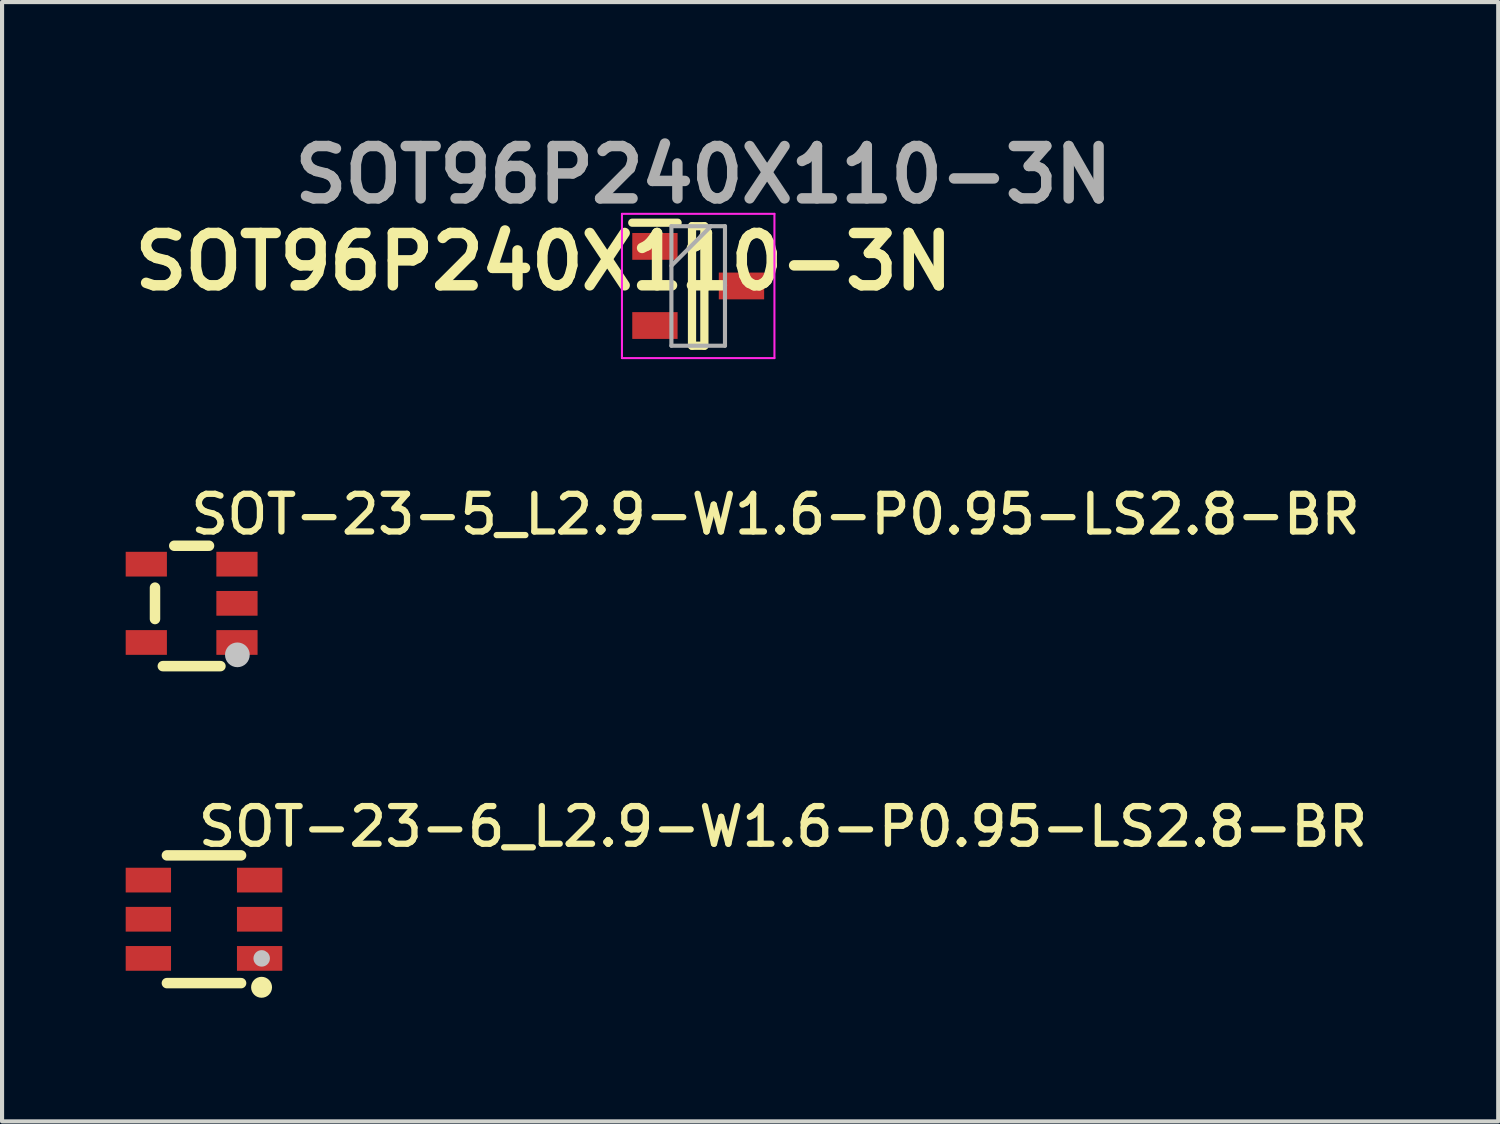
<source format=kicad_pcb>
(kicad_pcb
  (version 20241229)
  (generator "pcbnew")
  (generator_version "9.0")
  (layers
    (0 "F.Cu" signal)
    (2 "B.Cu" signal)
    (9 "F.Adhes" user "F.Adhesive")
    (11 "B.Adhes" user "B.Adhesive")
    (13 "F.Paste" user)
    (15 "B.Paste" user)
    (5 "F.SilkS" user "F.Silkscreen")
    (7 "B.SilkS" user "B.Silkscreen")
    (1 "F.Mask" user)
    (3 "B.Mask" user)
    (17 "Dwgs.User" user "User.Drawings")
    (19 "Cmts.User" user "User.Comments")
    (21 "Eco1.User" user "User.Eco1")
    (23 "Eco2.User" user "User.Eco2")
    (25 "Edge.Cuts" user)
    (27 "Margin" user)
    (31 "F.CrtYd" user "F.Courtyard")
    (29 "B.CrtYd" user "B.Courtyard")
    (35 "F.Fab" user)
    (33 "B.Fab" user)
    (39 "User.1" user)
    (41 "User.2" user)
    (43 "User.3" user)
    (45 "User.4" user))
  (footprint "SOT-23-6_L2.9-W1.6-P0.95-LS2.8-BR"
    (layer "F.Cu")
    (at 1.9 19.256)
    (property "Reference" "SOT-23-6_L2.9-W1.6-P0.95-LS2.8-BR" (at -0.216 -2.782 0) (layer "F.SilkS") (effects (font (size 0.914 0.914) (thickness 0.152)) (justify left top)))
    (fp_line (start -0.9 -1.55) (end 0.9 -1.55) (stroke (width 0.254) (type default)) (layer "F.SilkS"))
    (fp_line (start -0.9 1.55) (end 0.9 1.55) (stroke (width 0.254) (type default)) (layer "F.SilkS"))
    (fp_circle (center 1.397 1.651) (end 1.524 1.651) (stroke (width 0.254) (type default)) (fill no) (layer "F.SilkS"))
    (fp_circle (center 1.4 0.95) (end 1.5 0.95) (stroke (width 0.2) (type default)) (fill no) (layer "Dwgs.User"))
    (fp_circle (center 1.4 1.45) (end 1.43 1.45) (stroke (width 0.06) (type default)) (fill no) (layer "User.5"))
    (pad "1" smd rect (at 1.35 0.95) (size 1.1 0.6) (layers "F.Cu" "F.Mask" "F.Paste"))
    (pad "2" smd rect (at 1.35 0) (size 1.1 0.6) (layers "F.Cu" "F.Mask" "F.Paste"))
    (pad "3" smd rect (at 1.35 -0.95) (size 1.1 0.6) (layers "F.Cu" "F.Mask" "F.Paste"))
    (pad "4" smd rect (at -1.35 -0.95) (size 1.1 0.6) (layers "F.Cu" "F.Mask" "F.Paste"))
    (pad "5" smd rect (at -1.35 0) (size 1.1 0.6) (layers "F.Cu" "F.Mask" "F.Paste"))
    (pad "6" smd rect (at -1.35 0.95) (size 1.1 0.6) (layers "F.Cu" "F.Mask" "F.Paste"))
    (zone (net_name "") (layer "User.3") (hatch edge 0.5) (priority 100) (connect_pads yes) (min_thickness 0) (filled_areas_thickness no) (fill yes) (polygon (pts (xy 1.1 20.706) (xy 1.1 17.806) (xy 2.7 17.806) (xy 2.7 20.706))) (filled_polygon (layer "User.3") (island) (pts (xy 1.1 20.706) (xy 1.1 17.806) (xy 2.7 17.806) (xy 2.7 20.706))))
    (zone (net_name "") (layer "User.4") (hatch edge 0.5) (priority 100) (connect_pads) (min_thickness 0) (filled_areas_thickness no) (keepout (tracks allowed) (vias allowed) (pads allowed) (copperpour not_allowed) (footprints allowed)) (placement (enabled no)) (fill) (polygon (pts (xy 0.965 18.521) (xy 0.965 18.091) (xy 1.11 18.091) (xy 1.11 18.521))))
    (zone (net_name "") (layer "User.4") (hatch edge 0.5) (priority 100) (connect_pads) (min_thickness 0) (filled_areas_thickness no) (keepout (tracks allowed) (vias allowed) (pads allowed) (copperpour not_allowed) (footprints allowed)) (placement (enabled no)) (fill) (polygon (pts (xy 0.965 19.471) (xy 0.965 19.041) (xy 1.11 19.041) (xy 1.11 19.471))))
    (zone (net_name "") (layer "User.4") (hatch edge 0.5) (priority 100) (connect_pads) (min_thickness 0) (filled_areas_thickness no) (keepout (tracks allowed) (vias allowed) (pads allowed) (copperpour not_allowed) (footprints allowed)) (placement (enabled no)) (fill) (polygon (pts (xy 0.965 20.421) (xy 0.965 19.991) (xy 1.11 19.991) (xy 1.11 20.421))))
    (zone (net_name "") (layer "User.4") (hatch edge 0.5) (priority 100) (connect_pads yes) (min_thickness 0) (filled_areas_thickness no) (fill yes) (polygon (pts (xy 0.975 18.521) (xy 0.975 18.091) (xy 0.5 18.091) (xy 0.5 18.521))) (filled_polygon (layer "User.4") (island) (pts (xy 0.975 18.521) (xy 0.975 18.091) (xy 0.5 18.091) (xy 0.5 18.521))))
    (zone (net_name "") (layer "User.4") (hatch edge 0.5) (priority 100) (connect_pads yes) (min_thickness 0) (filled_areas_thickness no) (fill yes) (polygon (pts (xy 0.975 19.471) (xy 0.975 19.041) (xy 0.5 19.041) (xy 0.5 19.471))) (filled_polygon (layer "User.4") (island) (pts (xy 0.975 19.471) (xy 0.975 19.041) (xy 0.5 19.041) (xy 0.5 19.471))))
    (zone (net_name "") (layer "User.4") (hatch edge 0.5) (priority 100) (connect_pads yes) (min_thickness 0) (filled_areas_thickness no) (fill yes) (polygon (pts (xy 0.975 20.421) (xy 0.975 19.991) (xy 0.5 19.991) (xy 0.5 20.421))) (filled_polygon (layer "User.4") (island) (pts (xy 0.975 20.421) (xy 0.975 19.991) (xy 0.5 19.991) (xy 0.5 20.421))))
    (zone (net_name "") (layer "User.4") (hatch edge 0.5) (priority 100) (connect_pads yes) (min_thickness 0) (filled_areas_thickness no) (fill yes) (polygon (pts (xy 2.825 18.521) (xy 2.825 18.091) (xy 3.3 18.091) (xy 3.3 18.521))) (filled_polygon (layer "User.4") (island) (pts (xy 2.825 18.521) (xy 2.825 18.091) (xy 3.3 18.091) (xy 3.3 18.521))))
    (zone (net_name "") (layer "User.4") (hatch edge 0.5) (priority 100) (connect_pads yes) (min_thickness 0) (filled_areas_thickness no) (fill yes) (polygon (pts (xy 2.825 19.471) (xy 2.825 19.041) (xy 3.3 19.041) (xy 3.3 19.471))) (filled_polygon (layer "User.4") (island) (pts (xy 2.825 19.471) (xy 2.825 19.041) (xy 3.3 19.041) (xy 3.3 19.471))))
    (zone (net_name "") (layer "User.4") (hatch edge 0.5) (priority 100) (connect_pads yes) (min_thickness 0) (filled_areas_thickness no) (fill yes) (polygon (pts (xy 2.825 20.421) (xy 2.825 19.991) (xy 3.3 19.991) (xy 3.3 20.421))) (filled_polygon (layer "User.4") (island) (pts (xy 2.825 20.421) (xy 2.825 19.991) (xy 3.3 19.991) (xy 3.3 20.421))))
    (zone (net_name "") (layer "User.4") (hatch edge 0.5) (priority 100) (connect_pads) (min_thickness 0) (filled_areas_thickness no) (keepout (tracks allowed) (vias allowed) (pads allowed) (copperpour not_allowed) (footprints allowed)) (placement (enabled no)) (fill) (polygon (pts (xy 2.835 18.091) (xy 2.835 18.521) (xy 2.69 18.521) (xy 2.69 18.091))))
    (zone (net_name "") (layer "User.4") (hatch edge 0.5) (priority 100) (connect_pads) (min_thickness 0) (filled_areas_thickness no) (keepout (tracks allowed) (vias allowed) (pads allowed) (copperpour not_allowed) (footprints allowed)) (placement (enabled no)) (fill) (polygon (pts (xy 2.835 19.041) (xy 2.835 19.471) (xy 2.69 19.471) (xy 2.69 19.041))))
    (zone (net_name "") (layer "User.4") (hatch edge 0.5) (priority 100) (connect_pads) (min_thickness 0) (filled_areas_thickness no) (keepout (tracks allowed) (vias allowed) (pads allowed) (copperpour not_allowed) (footprints allowed)) (placement (enabled no)) (fill) (polygon (pts (xy 2.835 19.991) (xy 2.835 20.421) (xy 2.69 20.421) (xy 2.69 19.991)))))
  (footprint "SOT-23-5_L2.9-W1.6-P0.95-LS2.8-BR"
    (layer "F.Cu")
    (at 1.6 11.59)
    (property "Reference" "SOT-23-5_L2.9-W1.6-P0.95-LS2.8-BR" (at -0.097 -2.693 0) (layer "F.SilkS") (effects (font (size 0.914 0.914) (thickness 0.152)) (justify left top)))
    (fp_line (start -0.889 0.381) (end -0.889 -0.381) (stroke (width 0.254) (type default)) (layer "F.SilkS"))
    (fp_line (start -0.699 1.524) (end 0.699 1.524) (stroke (width 0.254) (type default)) (layer "F.SilkS"))
    (fp_line (start -0.422 -1.397) (end 0.422 -1.397) (stroke (width 0.254) (type default)) (layer "F.SilkS"))
    (fp_circle (center 1.11 1.25) (end 1.26 1.25) (stroke (width 0.3) (type default)) (fill no) (layer "Dwgs.User"))
    (fp_circle (center 1.4 1.45) (end 1.43 1.45) (stroke (width 0.06) (type default)) (fill no) (layer "User.5"))
    (pad "1" smd rect (at 1.1 0.95 90) (size 0.6 1) (layers "F.Cu" "F.Mask" "F.Paste"))
    (pad "2" smd rect (at 1.1 0.0001 90) (size 0.6 1) (layers "F.Cu" "F.Mask" "F.Paste"))
    (pad "3" smd rect (at 1.1 -0.95 90) (size 0.6 1) (layers "F.Cu" "F.Mask" "F.Paste"))
    (pad "4" smd rect (at -1.1 -0.95 90) (size 0.6 1) (layers "F.Cu" "F.Mask" "F.Paste"))
    (pad "5" smd rect (at -1.1 0.95 90) (size 0.6 1) (layers "F.Cu" "F.Mask" "F.Paste"))
    (zone (net_name "") (layer "User.3") (hatch edge 0.5) (priority 100) (connect_pads yes) (min_thickness 0) (filled_areas_thickness no) (fill yes) (polygon (pts (xy 2.4 13.04) (xy 0.8 13.04) (xy 0.8 10.14) (xy 2.4 10.14))) (filled_polygon (layer "User.3") (island) (pts (xy 2.4 13.04) (xy 0.8 13.04) (xy 0.8 10.14) (xy 2.4 10.14))))
    (zone (net_name "") (layer "User.4") (hatch edge 0.5) (priority 100) (connect_pads yes) (min_thickness 0) (filled_areas_thickness no) (fill yes) (polygon (pts (xy 0.65 10.84) (xy 0.2 10.84) (xy 0.2 10.44) (xy 0.65 10.44))) (filled_polygon (layer "User.4") (island) (pts (xy 0.65 10.84) (xy 0.2 10.84) (xy 0.2 10.44) (xy 0.65 10.44))))
    (zone (net_name "") (layer "User.4") (hatch edge 0.5) (priority 100) (connect_pads yes) (min_thickness 0) (filled_areas_thickness no) (fill yes) (polygon (pts (xy 0.65 12.74) (xy 0.2 12.74) (xy 0.2 12.34) (xy 0.65 12.34))) (filled_polygon (layer "User.4") (island) (pts (xy 0.65 12.74) (xy 0.2 12.74) (xy 0.2 12.34) (xy 0.65 12.34))))
    (zone (net_name "") (layer "User.4") (hatch edge 0.5) (priority 100) (connect_pads) (min_thickness 0) (filled_areas_thickness no) (keepout (tracks allowed) (vias allowed) (pads allowed) (copperpour not_allowed) (footprints allowed)) (placement (enabled no)) (fill) (polygon (pts (xy 0.81 10.84) (xy 0.64 10.84) (xy 0.64 10.44) (xy 0.81 10.44))))
    (zone (net_name "") (layer "User.4") (hatch edge 0.5) (priority 100) (connect_pads) (min_thickness 0) (filled_areas_thickness no) (keepout (tracks allowed) (vias allowed) (pads allowed) (copperpour not_allowed) (footprints allowed)) (placement (enabled no)) (fill) (polygon (pts (xy 0.81 12.74) (xy 0.64 12.74) (xy 0.64 12.34) (xy 0.81 12.34))))
    (zone (net_name "") (layer "User.4") (hatch edge 0.5) (priority 100) (connect_pads) (min_thickness 0) (filled_areas_thickness no) (keepout (tracks allowed) (vias allowed) (pads allowed) (copperpour not_allowed) (footprints allowed)) (placement (enabled no)) (fill) (polygon (pts (xy 2.56 10.84) (xy 2.39 10.84) (xy 2.39 10.44) (xy 2.56 10.44))))
    (zone (net_name "") (layer "User.4") (hatch edge 0.5) (priority 100) (connect_pads) (min_thickness 0) (filled_areas_thickness no) (keepout (tracks allowed) (vias allowed) (pads allowed) (copperpour not_allowed) (footprints allowed)) (placement (enabled no)) (fill) (polygon (pts (xy 2.56 11.79) (xy 2.39 11.79) (xy 2.39 11.39) (xy 2.56 11.39))))
    (zone (net_name "") (layer "User.4") (hatch edge 0.5) (priority 100) (connect_pads) (min_thickness 0) (filled_areas_thickness no) (keepout (tracks allowed) (vias allowed) (pads allowed) (copperpour not_allowed) (footprints allowed)) (placement (enabled no)) (fill) (polygon (pts (xy 2.56 12.74) (xy 2.39 12.74) (xy 2.39 12.34) (xy 2.56 12.34))))
    (zone (net_name "") (layer "User.4") (hatch edge 0.5) (priority 100) (connect_pads yes) (min_thickness 0) (filled_areas_thickness no) (fill yes) (polygon (pts (xy 3 11.79) (xy 2.55 11.79) (xy 2.55 11.39) (xy 3 11.39))) (filled_polygon (layer "User.4") (island) (pts (xy 3 11.79) (xy 2.55 11.79) (xy 2.55 11.39) (xy 3 11.39))))
    (zone (net_name "") (layer "User.4") (hatch edge 0.5) (priority 100) (connect_pads yes) (min_thickness 0) (filled_areas_thickness no) (fill yes) (polygon (pts (xy 3 10.84) (xy 2.55 10.84) (xy 2.55 10.44) (xy 3 10.44))) (filled_polygon (layer "User.4") (island) (pts (xy 3 10.84) (xy 2.55 10.84) (xy 2.55 10.44) (xy 3 10.44))))
    (zone (net_name "") (layer "User.4") (hatch edge 0.5) (priority 100) (connect_pads yes) (min_thickness 0) (filled_areas_thickness no) (fill yes) (polygon (pts (xy 3 12.74) (xy 2.55 12.74) (xy 2.55 12.34) (xy 3 12.34))) (filled_polygon (layer "User.4") (island) (pts (xy 3 12.74) (xy 2.55 12.74) (xy 2.55 12.34) (xy 3 12.34)))))
  (footprint "SOT96P240X110-3N"
    (layer "F.Cu")
    (at 13.892 3.889)
    (property "Reference" "SOT96P240X110-3N" (at -3.75 -0.59 0) (layer "F.SilkS") (effects (font (size 1.27 1.27) (thickness 0.254))))
    (attr smd)
    (fp_line (start -1.6 -1.535) (end -0.5 -1.535) (stroke (width 0.2) (type solid)) (layer "F.SilkS"))
    (fp_line (start -0.15 -1.45) (end 0.15 -1.45) (stroke (width 0.2) (type solid)) (layer "F.SilkS"))
    (fp_line (start -0.15 1.45) (end -0.15 -1.45) (stroke (width 0.2) (type solid)) (layer "F.SilkS"))
    (fp_line (start 0.15 -1.45) (end 0.15 1.45) (stroke (width 0.2) (type solid)) (layer "F.SilkS"))
    (fp_line (start 0.15 1.45) (end -0.15 1.45) (stroke (width 0.2) (type solid)) (layer "F.SilkS"))
    (fp_line (start -1.85 -1.75) (end 1.85 -1.75) (stroke (width 0.05) (type solid)) (layer "F.CrtYd"))
    (fp_line (start -1.85 1.75) (end -1.85 -1.75) (stroke (width 0.05) (type solid)) (layer "F.CrtYd"))
    (fp_line (start 1.85 -1.75) (end 1.85 1.75) (stroke (width 0.05) (type solid)) (layer "F.CrtYd"))
    (fp_line (start 1.85 1.75) (end -1.85 1.75) (stroke (width 0.05) (type solid)) (layer "F.CrtYd"))
    (fp_line (start -0.65 -1.45) (end 0.65 -1.45) (stroke (width 0.1) (type solid)) (layer "F.Fab"))
    (fp_line (start -0.65 -0.49) (end 0.31 -1.45) (stroke (width 0.1) (type solid)) (layer "F.Fab"))
    (fp_line (start -0.65 1.45) (end -0.65 -1.45) (stroke (width 0.1) (type solid)) (layer "F.Fab"))
    (fp_line (start 0.65 -1.45) (end 0.65 1.45) (stroke (width 0.1) (type solid)) (layer "F.Fab"))
    (fp_line (start 0.65 1.45) (end -0.65 1.45) (stroke (width 0.1) (type solid)) (layer "F.Fab"))
    (fp_text user "${REFERENCE}" (at 0.13 -2.7 0) (layer "F.Fab") (effects (font (size 1.27 1.27) (thickness 0.254))))
    (pad "1" smd rect (at -1.05 -0.96 90) (size 0.65 1.1) (layers "F.Cu" "F.Mask" "F.Paste"))
    (pad "2" smd rect (at -1.05 0.96 90) (size 0.65 1.1) (layers "F.Cu" "F.Mask" "F.Paste"))
    (pad "3" smd rect (at 1.05 0 90) (size 0.65 1.1) (layers "F.Cu" "F.Mask" "F.Paste")))
  (gr_rect
    (start -3 -3)
    (end 33.305 24.161)
    (stroke (width 0.1) (type default))
    (fill no)
    (layer "Edge.Cuts")))
</source>
